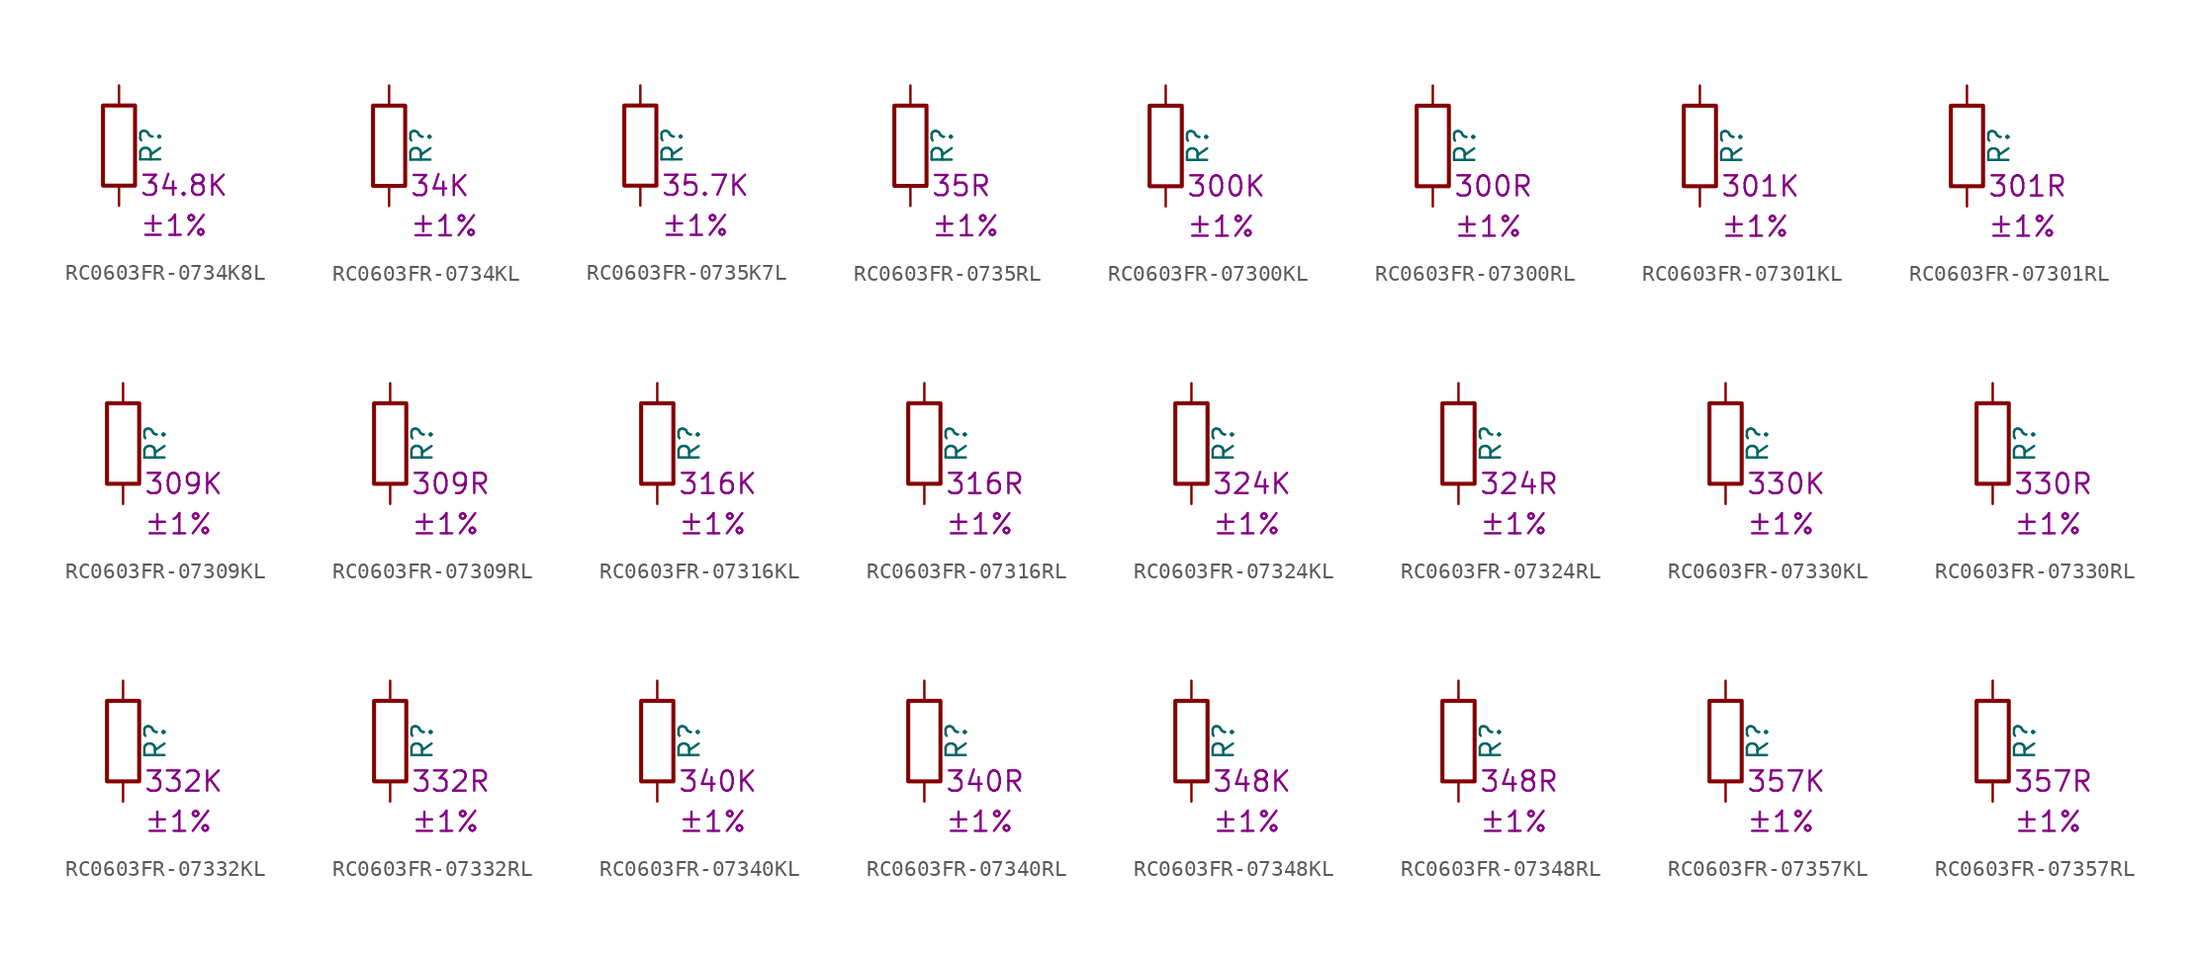
<source format=kicad_sym>
(kicad_symbol_lib
  (version 20220914)
  (generator kicad_symbol_editor)
  (symbol "RC0603FR-0734K8L"
    (pin_numbers hide)
    (pin_names
      (offset 0))
    (property "Reference" "R"
      (at 2.032 0 90)
      (effects (font (size 1.27 1.27))))
    (property "Resistance" "34.8K"
      (at 1.27 -2.54 0)
      (effects (font (size 1.27 1.27)) (justify left)))
    (property "Tolerance" "±1%"
      (at 1.27 -5.08 0)
      (effects (font (size 1.27 1.27)) (justify left)))
    (symbol "RC0603FR-0734K8L_0_1"
      (rectangle (start -1.016 -2.54) (end 1.016 2.54) (stroke (width 0.254) (type default)) (fill (type none))))
    (symbol "RC0603FR-0734K8L_1_1"
      (pin passive line (at 0 3.81 270) (length 1.27) (name "~" (effects (font (size 1.27 1.27)))) (number "1" (effects (font (size 1.27 1.27)))))
      (pin passive line (at 0 -3.81 90) (length 1.27) (name "~" (effects (font (size 1.27 1.27)))) (number "2" (effects (font (size 1.27 1.27)))))))
  (symbol "RC0603FR-0734KL"
    (pin_numbers hide)
    (pin_names
      (offset 0))
    (property "Reference" "R"
      (at 2.032 0 90)
      (effects (font (size 1.27 1.27))))
    (property "Resistance" "34K"
      (at 1.27 -2.54 0)
      (effects (font (size 1.27 1.27)) (justify left)))
    (property "Tolerance" "±1%"
      (at 1.27 -5.08 0)
      (effects (font (size 1.27 1.27)) (justify left)))
    (symbol "RC0603FR-0734KL_0_1"
      (rectangle (start -1.016 -2.54) (end 1.016 2.54) (stroke (width 0.254) (type default)) (fill (type none))))
    (symbol "RC0603FR-0734KL_1_1"
      (pin passive line (at 0 3.81 270) (length 1.27) (name "~" (effects (font (size 1.27 1.27)))) (number "1" (effects (font (size 1.27 1.27)))))
      (pin passive line (at 0 -3.81 90) (length 1.27) (name "~" (effects (font (size 1.27 1.27)))) (number "2" (effects (font (size 1.27 1.27)))))))
  (symbol "RC0603FR-0735K7L"
    (pin_numbers hide)
    (pin_names
      (offset 0))
    (property "Reference" "R"
      (at 2.032 0 90)
      (effects (font (size 1.27 1.27))))
    (property "Resistance" "35.7K"
      (at 1.27 -2.54 0)
      (effects (font (size 1.27 1.27)) (justify left)))
    (property "Tolerance" "±1%"
      (at 1.27 -5.08 0)
      (effects (font (size 1.27 1.27)) (justify left)))
    (symbol "RC0603FR-0735K7L_0_1"
      (rectangle (start -1.016 -2.54) (end 1.016 2.54) (stroke (width 0.254) (type default)) (fill (type none))))
    (symbol "RC0603FR-0735K7L_1_1"
      (pin passive line (at 0 3.81 270) (length 1.27) (name "~" (effects (font (size 1.27 1.27)))) (number "1" (effects (font (size 1.27 1.27)))))
      (pin passive line (at 0 -3.81 90) (length 1.27) (name "~" (effects (font (size 1.27 1.27)))) (number "2" (effects (font (size 1.27 1.27)))))))
  (symbol "RC0603FR-0735RL"
    (pin_numbers hide)
    (pin_names
      (offset 0))
    (property "Reference" "R"
      (at 2.032 0 90)
      (effects (font (size 1.27 1.27))))
    (property "Resistance" "35R"
      (at 1.27 -2.54 0)
      (effects (font (size 1.27 1.27)) (justify left)))
    (property "Tolerance" "±1%"
      (at 1.27 -5.08 0)
      (effects (font (size 1.27 1.27)) (justify left)))
    (symbol "RC0603FR-0735RL_0_1"
      (rectangle (start -1.016 -2.54) (end 1.016 2.54) (stroke (width 0.254) (type default)) (fill (type none))))
    (symbol "RC0603FR-0735RL_1_1"
      (pin passive line (at 0 3.81 270) (length 1.27) (name "~" (effects (font (size 1.27 1.27)))) (number "1" (effects (font (size 1.27 1.27)))))
      (pin passive line (at 0 -3.81 90) (length 1.27) (name "~" (effects (font (size 1.27 1.27)))) (number "2" (effects (font (size 1.27 1.27)))))))
  (symbol "RC0603FR-07300KL"
    (pin_numbers hide)
    (pin_names
      (offset 0))
    (property "Reference" "R"
      (at 2.032 0 90)
      (effects (font (size 1.27 1.27))))
    (property "Resistance" "300K"
      (at 1.27 -2.54 0)
      (effects (font (size 1.27 1.27)) (justify left)))
    (property "Tolerance" "±1%"
      (at 1.27 -5.08 0)
      (effects (font (size 1.27 1.27)) (justify left)))
    (symbol "RC0603FR-07300KL_0_1"
      (rectangle (start -1.016 -2.54) (end 1.016 2.54) (stroke (width 0.254) (type default)) (fill (type none))))
    (symbol "RC0603FR-07300KL_1_1"
      (pin passive line (at 0 3.81 270) (length 1.27) (name "~" (effects (font (size 1.27 1.27)))) (number "1" (effects (font (size 1.27 1.27)))))
      (pin passive line (at 0 -3.81 90) (length 1.27) (name "~" (effects (font (size 1.27 1.27)))) (number "2" (effects (font (size 1.27 1.27)))))))
  (symbol "RC0603FR-07300RL"
    (pin_numbers hide)
    (pin_names
      (offset 0))
    (property "Reference" "R"
      (at 2.032 0 90)
      (effects (font (size 1.27 1.27))))
    (property "Resistance" "300R"
      (at 1.27 -2.54 0)
      (effects (font (size 1.27 1.27)) (justify left)))
    (property "Tolerance" "±1%"
      (at 1.27 -5.08 0)
      (effects (font (size 1.27 1.27)) (justify left)))
    (symbol "RC0603FR-07300RL_0_1"
      (rectangle (start -1.016 -2.54) (end 1.016 2.54) (stroke (width 0.254) (type default)) (fill (type none))))
    (symbol "RC0603FR-07300RL_1_1"
      (pin passive line (at 0 3.81 270) (length 1.27) (name "~" (effects (font (size 1.27 1.27)))) (number "1" (effects (font (size 1.27 1.27)))))
      (pin passive line (at 0 -3.81 90) (length 1.27) (name "~" (effects (font (size 1.27 1.27)))) (number "2" (effects (font (size 1.27 1.27)))))))
  (symbol "RC0603FR-07301KL"
    (pin_numbers hide)
    (pin_names
      (offset 0))
    (property "Reference" "R"
      (at 2.032 0 90)
      (effects (font (size 1.27 1.27))))
    (property "Resistance" "301K"
      (at 1.27 -2.54 0)
      (effects (font (size 1.27 1.27)) (justify left)))
    (property "Tolerance" "±1%"
      (at 1.27 -5.08 0)
      (effects (font (size 1.27 1.27)) (justify left)))
    (symbol "RC0603FR-07301KL_0_1"
      (rectangle (start -1.016 -2.54) (end 1.016 2.54) (stroke (width 0.254) (type default)) (fill (type none))))
    (symbol "RC0603FR-07301KL_1_1"
      (pin passive line (at 0 3.81 270) (length 1.27) (name "~" (effects (font (size 1.27 1.27)))) (number "1" (effects (font (size 1.27 1.27)))))
      (pin passive line (at 0 -3.81 90) (length 1.27) (name "~" (effects (font (size 1.27 1.27)))) (number "2" (effects (font (size 1.27 1.27)))))))
  (symbol "RC0603FR-07301RL"
    (pin_numbers hide)
    (pin_names
      (offset 0))
    (property "Reference" "R"
      (at 2.032 0 90)
      (effects (font (size 1.27 1.27))))
    (property "Resistance" "301R"
      (at 1.27 -2.54 0)
      (effects (font (size 1.27 1.27)) (justify left)))
    (property "Tolerance" "±1%"
      (at 1.27 -5.08 0)
      (effects (font (size 1.27 1.27)) (justify left)))
    (symbol "RC0603FR-07301RL_0_1"
      (rectangle (start -1.016 -2.54) (end 1.016 2.54) (stroke (width 0.254) (type default)) (fill (type none))))
    (symbol "RC0603FR-07301RL_1_1"
      (pin passive line (at 0 3.81 270) (length 1.27) (name "~" (effects (font (size 1.27 1.27)))) (number "1" (effects (font (size 1.27 1.27)))))
      (pin passive line (at 0 -3.81 90) (length 1.27) (name "~" (effects (font (size 1.27 1.27)))) (number "2" (effects (font (size 1.27 1.27)))))))
  (symbol "RC0603FR-07309KL"
    (pin_numbers hide)
    (pin_names
      (offset 0))
    (property "Reference" "R"
      (at 2.032 0 90)
      (effects (font (size 1.27 1.27))))
    (property "Resistance" "309K"
      (at 1.27 -2.54 0)
      (effects (font (size 1.27 1.27)) (justify left)))
    (property "Tolerance" "±1%"
      (at 1.27 -5.08 0)
      (effects (font (size 1.27 1.27)) (justify left)))
    (symbol "RC0603FR-07309KL_0_1"
      (rectangle (start -1.016 -2.54) (end 1.016 2.54) (stroke (width 0.254) (type default)) (fill (type none))))
    (symbol "RC0603FR-07309KL_1_1"
      (pin passive line (at 0 3.81 270) (length 1.27) (name "~" (effects (font (size 1.27 1.27)))) (number "1" (effects (font (size 1.27 1.27)))))
      (pin passive line (at 0 -3.81 90) (length 1.27) (name "~" (effects (font (size 1.27 1.27)))) (number "2" (effects (font (size 1.27 1.27)))))))
  (symbol "RC0603FR-07309RL"
    (pin_numbers hide)
    (pin_names
      (offset 0))
    (property "Reference" "R"
      (at 2.032 0 90)
      (effects (font (size 1.27 1.27))))
    (property "Resistance" "309R"
      (at 1.27 -2.54 0)
      (effects (font (size 1.27 1.27)) (justify left)))
    (property "Tolerance" "±1%"
      (at 1.27 -5.08 0)
      (effects (font (size 1.27 1.27)) (justify left)))
    (symbol "RC0603FR-07309RL_0_1"
      (rectangle (start -1.016 -2.54) (end 1.016 2.54) (stroke (width 0.254) (type default)) (fill (type none))))
    (symbol "RC0603FR-07309RL_1_1"
      (pin passive line (at 0 3.81 270) (length 1.27) (name "~" (effects (font (size 1.27 1.27)))) (number "1" (effects (font (size 1.27 1.27)))))
      (pin passive line (at 0 -3.81 90) (length 1.27) (name "~" (effects (font (size 1.27 1.27)))) (number "2" (effects (font (size 1.27 1.27)))))))
  (symbol "RC0603FR-07316KL"
    (pin_numbers hide)
    (pin_names
      (offset 0))
    (property "Reference" "R"
      (at 2.032 0 90)
      (effects (font (size 1.27 1.27))))
    (property "Resistance" "316K"
      (at 1.27 -2.54 0)
      (effects (font (size 1.27 1.27)) (justify left)))
    (property "Tolerance" "±1%"
      (at 1.27 -5.08 0)
      (effects (font (size 1.27 1.27)) (justify left)))
    (symbol "RC0603FR-07316KL_0_1"
      (rectangle (start -1.016 -2.54) (end 1.016 2.54) (stroke (width 0.254) (type default)) (fill (type none))))
    (symbol "RC0603FR-07316KL_1_1"
      (pin passive line (at 0 3.81 270) (length 1.27) (name "~" (effects (font (size 1.27 1.27)))) (number "1" (effects (font (size 1.27 1.27)))))
      (pin passive line (at 0 -3.81 90) (length 1.27) (name "~" (effects (font (size 1.27 1.27)))) (number "2" (effects (font (size 1.27 1.27)))))))
  (symbol "RC0603FR-07316RL"
    (pin_numbers hide)
    (pin_names
      (offset 0))
    (property "Reference" "R"
      (at 2.032 0 90)
      (effects (font (size 1.27 1.27))))
    (property "Resistance" "316R"
      (at 1.27 -2.54 0)
      (effects (font (size 1.27 1.27)) (justify left)))
    (property "Tolerance" "±1%"
      (at 1.27 -5.08 0)
      (effects (font (size 1.27 1.27)) (justify left)))
    (symbol "RC0603FR-07316RL_0_1"
      (rectangle (start -1.016 -2.54) (end 1.016 2.54) (stroke (width 0.254) (type default)) (fill (type none))))
    (symbol "RC0603FR-07316RL_1_1"
      (pin passive line (at 0 3.81 270) (length 1.27) (name "~" (effects (font (size 1.27 1.27)))) (number "1" (effects (font (size 1.27 1.27)))))
      (pin passive line (at 0 -3.81 90) (length 1.27) (name "~" (effects (font (size 1.27 1.27)))) (number "2" (effects (font (size 1.27 1.27)))))))
  (symbol "RC0603FR-07324KL"
    (pin_numbers hide)
    (pin_names
      (offset 0))
    (property "Reference" "R"
      (at 2.032 0 90)
      (effects (font (size 1.27 1.27))))
    (property "Resistance" "324K"
      (at 1.27 -2.54 0)
      (effects (font (size 1.27 1.27)) (justify left)))
    (property "Tolerance" "±1%"
      (at 1.27 -5.08 0)
      (effects (font (size 1.27 1.27)) (justify left)))
    (symbol "RC0603FR-07324KL_0_1"
      (rectangle (start -1.016 -2.54) (end 1.016 2.54) (stroke (width 0.254) (type default)) (fill (type none))))
    (symbol "RC0603FR-07324KL_1_1"
      (pin passive line (at 0 3.81 270) (length 1.27) (name "~" (effects (font (size 1.27 1.27)))) (number "1" (effects (font (size 1.27 1.27)))))
      (pin passive line (at 0 -3.81 90) (length 1.27) (name "~" (effects (font (size 1.27 1.27)))) (number "2" (effects (font (size 1.27 1.27)))))))
  (symbol "RC0603FR-07324RL"
    (pin_numbers hide)
    (pin_names
      (offset 0))
    (property "Reference" "R"
      (at 2.032 0 90)
      (effects (font (size 1.27 1.27))))
    (property "Resistance" "324R"
      (at 1.27 -2.54 0)
      (effects (font (size 1.27 1.27)) (justify left)))
    (property "Tolerance" "±1%"
      (at 1.27 -5.08 0)
      (effects (font (size 1.27 1.27)) (justify left)))
    (symbol "RC0603FR-07324RL_0_1"
      (rectangle (start -1.016 -2.54) (end 1.016 2.54) (stroke (width 0.254) (type default)) (fill (type none))))
    (symbol "RC0603FR-07324RL_1_1"
      (pin passive line (at 0 3.81 270) (length 1.27) (name "~" (effects (font (size 1.27 1.27)))) (number "1" (effects (font (size 1.27 1.27)))))
      (pin passive line (at 0 -3.81 90) (length 1.27) (name "~" (effects (font (size 1.27 1.27)))) (number "2" (effects (font (size 1.27 1.27)))))))
  (symbol "RC0603FR-07330KL"
    (pin_numbers hide)
    (pin_names
      (offset 0))
    (property "Reference" "R"
      (at 2.032 0 90)
      (effects (font (size 1.27 1.27))))
    (property "Resistance" "330K"
      (at 1.27 -2.54 0)
      (effects (font (size 1.27 1.27)) (justify left)))
    (property "Tolerance" "±1%"
      (at 1.27 -5.08 0)
      (effects (font (size 1.27 1.27)) (justify left)))
    (symbol "RC0603FR-07330KL_0_1"
      (rectangle (start -1.016 -2.54) (end 1.016 2.54) (stroke (width 0.254) (type default)) (fill (type none))))
    (symbol "RC0603FR-07330KL_1_1"
      (pin passive line (at 0 3.81 270) (length 1.27) (name "~" (effects (font (size 1.27 1.27)))) (number "1" (effects (font (size 1.27 1.27)))))
      (pin passive line (at 0 -3.81 90) (length 1.27) (name "~" (effects (font (size 1.27 1.27)))) (number "2" (effects (font (size 1.27 1.27)))))))
  (symbol "RC0603FR-07330RL"
    (pin_numbers hide)
    (pin_names
      (offset 0))
    (property "Reference" "R"
      (at 2.032 0 90)
      (effects (font (size 1.27 1.27))))
    (property "Resistance" "330R"
      (at 1.27 -2.54 0)
      (effects (font (size 1.27 1.27)) (justify left)))
    (property "Tolerance" "±1%"
      (at 1.27 -5.08 0)
      (effects (font (size 1.27 1.27)) (justify left)))
    (symbol "RC0603FR-07330RL_0_1"
      (rectangle (start -1.016 -2.54) (end 1.016 2.54) (stroke (width 0.254) (type default)) (fill (type none))))
    (symbol "RC0603FR-07330RL_1_1"
      (pin passive line (at 0 3.81 270) (length 1.27) (name "~" (effects (font (size 1.27 1.27)))) (number "1" (effects (font (size 1.27 1.27)))))
      (pin passive line (at 0 -3.81 90) (length 1.27) (name "~" (effects (font (size 1.27 1.27)))) (number "2" (effects (font (size 1.27 1.27)))))))
  (symbol "RC0603FR-07332KL"
    (pin_numbers hide)
    (pin_names
      (offset 0))
    (property "Reference" "R"
      (at 2.032 0 90)
      (effects (font (size 1.27 1.27))))
    (property "Resistance" "332K"
      (at 1.27 -2.54 0)
      (effects (font (size 1.27 1.27)) (justify left)))
    (property "Tolerance" "±1%"
      (at 1.27 -5.08 0)
      (effects (font (size 1.27 1.27)) (justify left)))
    (symbol "RC0603FR-07332KL_0_1"
      (rectangle (start -1.016 -2.54) (end 1.016 2.54) (stroke (width 0.254) (type default)) (fill (type none))))
    (symbol "RC0603FR-07332KL_1_1"
      (pin passive line (at 0 3.81 270) (length 1.27) (name "~" (effects (font (size 1.27 1.27)))) (number "1" (effects (font (size 1.27 1.27)))))
      (pin passive line (at 0 -3.81 90) (length 1.27) (name "~" (effects (font (size 1.27 1.27)))) (number "2" (effects (font (size 1.27 1.27)))))))
  (symbol "RC0603FR-07332RL"
    (pin_numbers hide)
    (pin_names
      (offset 0))
    (property "Reference" "R"
      (at 2.032 0 90)
      (effects (font (size 1.27 1.27))))
    (property "Resistance" "332R"
      (at 1.27 -2.54 0)
      (effects (font (size 1.27 1.27)) (justify left)))
    (property "Tolerance" "±1%"
      (at 1.27 -5.08 0)
      (effects (font (size 1.27 1.27)) (justify left)))
    (symbol "RC0603FR-07332RL_0_1"
      (rectangle (start -1.016 -2.54) (end 1.016 2.54) (stroke (width 0.254) (type default)) (fill (type none))))
    (symbol "RC0603FR-07332RL_1_1"
      (pin passive line (at 0 3.81 270) (length 1.27) (name "~" (effects (font (size 1.27 1.27)))) (number "1" (effects (font (size 1.27 1.27)))))
      (pin passive line (at 0 -3.81 90) (length 1.27) (name "~" (effects (font (size 1.27 1.27)))) (number "2" (effects (font (size 1.27 1.27)))))))
  (symbol "RC0603FR-07340KL"
    (pin_numbers hide)
    (pin_names
      (offset 0))
    (property "Reference" "R"
      (at 2.032 0 90)
      (effects (font (size 1.27 1.27))))
    (property "Resistance" "340K"
      (at 1.27 -2.54 0)
      (effects (font (size 1.27 1.27)) (justify left)))
    (property "Tolerance" "±1%"
      (at 1.27 -5.08 0)
      (effects (font (size 1.27 1.27)) (justify left)))
    (symbol "RC0603FR-07340KL_0_1"
      (rectangle (start -1.016 -2.54) (end 1.016 2.54) (stroke (width 0.254) (type default)) (fill (type none))))
    (symbol "RC0603FR-07340KL_1_1"
      (pin passive line (at 0 3.81 270) (length 1.27) (name "~" (effects (font (size 1.27 1.27)))) (number "1" (effects (font (size 1.27 1.27)))))
      (pin passive line (at 0 -3.81 90) (length 1.27) (name "~" (effects (font (size 1.27 1.27)))) (number "2" (effects (font (size 1.27 1.27)))))))
  (symbol "RC0603FR-07340RL"
    (pin_numbers hide)
    (pin_names
      (offset 0))
    (property "Reference" "R"
      (at 2.032 0 90)
      (effects (font (size 1.27 1.27))))
    (property "Resistance" "340R"
      (at 1.27 -2.54 0)
      (effects (font (size 1.27 1.27)) (justify left)))
    (property "Tolerance" "±1%"
      (at 1.27 -5.08 0)
      (effects (font (size 1.27 1.27)) (justify left)))
    (symbol "RC0603FR-07340RL_0_1"
      (rectangle (start -1.016 -2.54) (end 1.016 2.54) (stroke (width 0.254) (type default)) (fill (type none))))
    (symbol "RC0603FR-07340RL_1_1"
      (pin passive line (at 0 3.81 270) (length 1.27) (name "~" (effects (font (size 1.27 1.27)))) (number "1" (effects (font (size 1.27 1.27)))))
      (pin passive line (at 0 -3.81 90) (length 1.27) (name "~" (effects (font (size 1.27 1.27)))) (number "2" (effects (font (size 1.27 1.27)))))))
  (symbol "RC0603FR-07348KL"
    (pin_numbers hide)
    (pin_names
      (offset 0))
    (property "Reference" "R"
      (at 2.032 0 90)
      (effects (font (size 1.27 1.27))))
    (property "Resistance" "348K"
      (at 1.27 -2.54 0)
      (effects (font (size 1.27 1.27)) (justify left)))
    (property "Tolerance" "±1%"
      (at 1.27 -5.08 0)
      (effects (font (size 1.27 1.27)) (justify left)))
    (symbol "RC0603FR-07348KL_0_1"
      (rectangle (start -1.016 -2.54) (end 1.016 2.54) (stroke (width 0.254) (type default)) (fill (type none))))
    (symbol "RC0603FR-07348KL_1_1"
      (pin passive line (at 0 3.81 270) (length 1.27) (name "~" (effects (font (size 1.27 1.27)))) (number "1" (effects (font (size 1.27 1.27)))))
      (pin passive line (at 0 -3.81 90) (length 1.27) (name "~" (effects (font (size 1.27 1.27)))) (number "2" (effects (font (size 1.27 1.27)))))))
  (symbol "RC0603FR-07348RL"
    (pin_numbers hide)
    (pin_names
      (offset 0))
    (property "Reference" "R"
      (at 2.032 0 90)
      (effects (font (size 1.27 1.27))))
    (property "Resistance" "348R"
      (at 1.27 -2.54 0)
      (effects (font (size 1.27 1.27)) (justify left)))
    (property "Tolerance" "±1%"
      (at 1.27 -5.08 0)
      (effects (font (size 1.27 1.27)) (justify left)))
    (symbol "RC0603FR-07348RL_0_1"
      (rectangle (start -1.016 -2.54) (end 1.016 2.54) (stroke (width 0.254) (type default)) (fill (type none))))
    (symbol "RC0603FR-07348RL_1_1"
      (pin passive line (at 0 3.81 270) (length 1.27) (name "~" (effects (font (size 1.27 1.27)))) (number "1" (effects (font (size 1.27 1.27)))))
      (pin passive line (at 0 -3.81 90) (length 1.27) (name "~" (effects (font (size 1.27 1.27)))) (number "2" (effects (font (size 1.27 1.27)))))))
  (symbol "RC0603FR-07357KL"
    (pin_numbers hide)
    (pin_names
      (offset 0))
    (property "Reference" "R"
      (at 2.032 0 90)
      (effects (font (size 1.27 1.27))))
    (property "Resistance" "357K"
      (at 1.27 -2.54 0)
      (effects (font (size 1.27 1.27)) (justify left)))
    (property "Tolerance" "±1%"
      (at 1.27 -5.08 0)
      (effects (font (size 1.27 1.27)) (justify left)))
    (symbol "RC0603FR-07357KL_0_1"
      (rectangle (start -1.016 -2.54) (end 1.016 2.54) (stroke (width 0.254) (type default)) (fill (type none))))
    (symbol "RC0603FR-07357KL_1_1"
      (pin passive line (at 0 3.81 270) (length 1.27) (name "~" (effects (font (size 1.27 1.27)))) (number "1" (effects (font (size 1.27 1.27)))))
      (pin passive line (at 0 -3.81 90) (length 1.27) (name "~" (effects (font (size 1.27 1.27)))) (number "2" (effects (font (size 1.27 1.27)))))))
  (symbol "RC0603FR-07357RL"
    (pin_numbers hide)
    (pin_names
      (offset 0))
    (property "Reference" "R"
      (at 2.032 0 90)
      (effects (font (size 1.27 1.27))))
    (property "Resistance" "357R"
      (at 1.27 -2.54 0)
      (effects (font (size 1.27 1.27)) (justify left)))
    (property "Tolerance" "±1%"
      (at 1.27 -5.08 0)
      (effects (font (size 1.27 1.27)) (justify left)))
    (symbol "RC0603FR-07357RL_0_1"
      (rectangle (start -1.016 -2.54) (end 1.016 2.54) (stroke (width 0.254) (type default)) (fill (type none))))
    (symbol "RC0603FR-07357RL_1_1"
      (pin passive line (at 0 3.81 270) (length 1.27) (name "~" (effects (font (size 1.27 1.27)))) (number "1" (effects (font (size 1.27 1.27)))))
      (pin passive line (at 0 -3.81 90) (length 1.27) (name "~" (effects (font (size 1.27 1.27)))) (number "2" (effects (font (size 1.27 1.27))))))))
</source>
